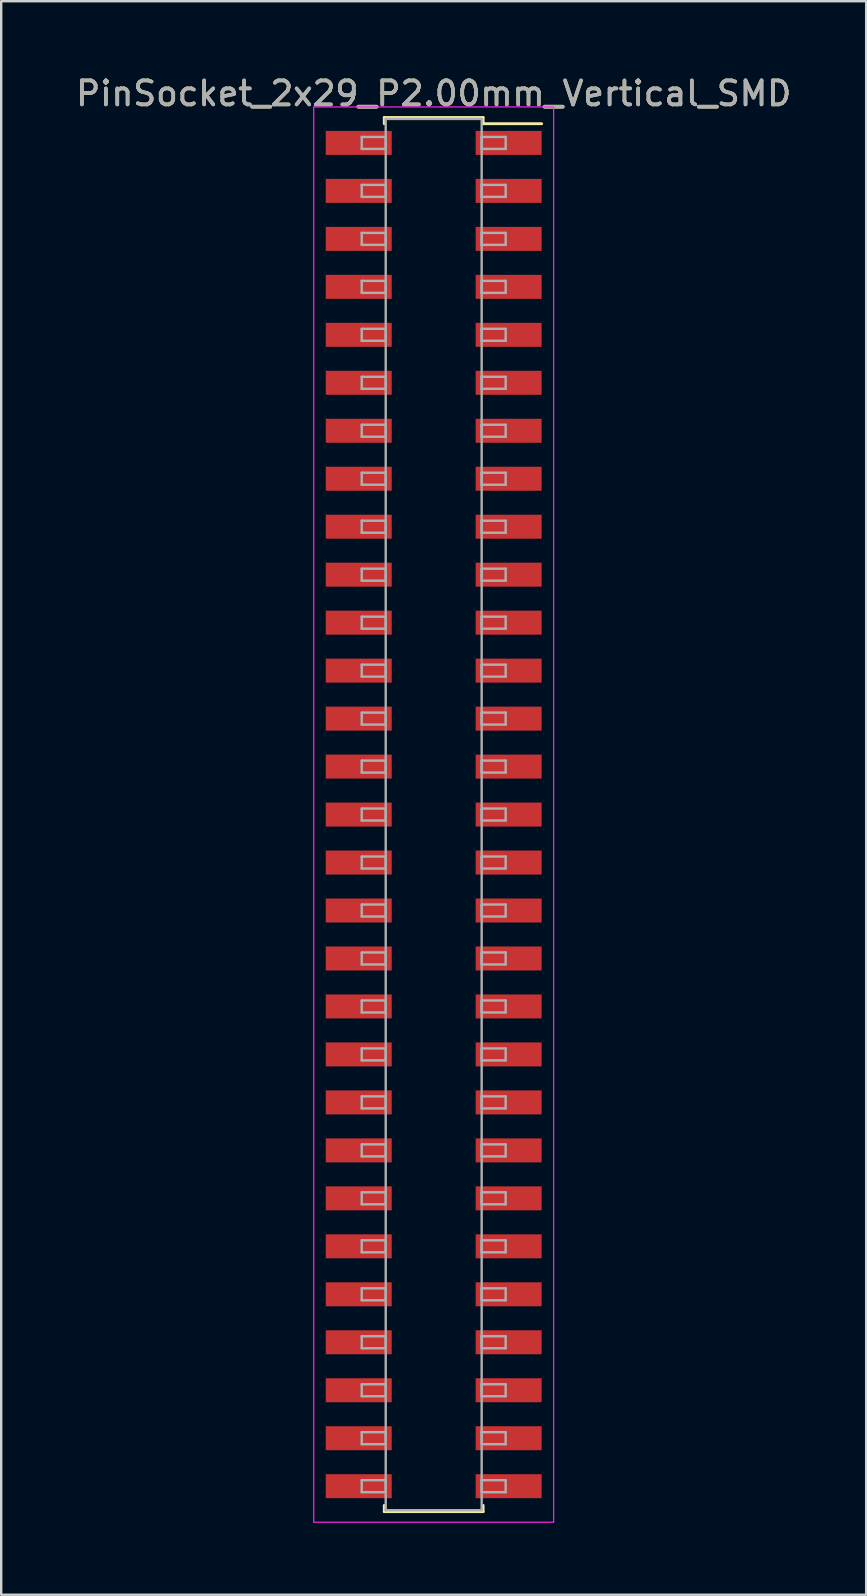
<source format=kicad_pcb>
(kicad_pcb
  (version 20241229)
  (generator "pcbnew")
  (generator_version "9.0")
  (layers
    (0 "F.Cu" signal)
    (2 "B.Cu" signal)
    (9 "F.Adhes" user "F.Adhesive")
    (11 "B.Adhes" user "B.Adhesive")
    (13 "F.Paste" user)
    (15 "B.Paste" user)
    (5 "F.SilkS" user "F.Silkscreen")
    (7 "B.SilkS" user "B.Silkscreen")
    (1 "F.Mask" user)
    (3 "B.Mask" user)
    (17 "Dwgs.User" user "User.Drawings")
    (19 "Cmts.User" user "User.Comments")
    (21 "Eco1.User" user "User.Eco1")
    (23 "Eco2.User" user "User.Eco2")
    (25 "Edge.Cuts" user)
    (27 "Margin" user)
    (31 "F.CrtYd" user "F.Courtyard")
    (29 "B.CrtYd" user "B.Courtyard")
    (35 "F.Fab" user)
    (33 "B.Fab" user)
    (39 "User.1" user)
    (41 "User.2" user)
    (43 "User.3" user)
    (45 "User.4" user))
  (footprint "PinSocket_2x29_P2.00mm_Vertical_SMD"
    (layer "F.Cu")
    (at 15.03 30.908)
    (property "Reference" "PinSocket_2x29_P2.00mm_Vertical_SMD" (at 0 -30.06 0) (layer "F.SilkS") (effects (font (size 1 1) (thickness 0.15))))
    (attr smd)
    (fp_line (start -2.06 -29.06) (end 2.06 -29.06) (stroke (width 0.12) (type solid)) (layer "F.SilkS"))
    (fp_line (start -2.06 -28.8) (end -2.06 -29.06) (stroke (width 0.12) (type solid)) (layer "F.SilkS"))
    (fp_line (start -2.06 28.8) (end -2.06 29.06) (stroke (width 0.12) (type solid)) (layer "F.SilkS"))
    (fp_line (start -2.06 29.06) (end 2.06 29.06) (stroke (width 0.12) (type solid)) (layer "F.SilkS"))
    (fp_line (start 2.06 -29.06) (end 2.06 -28.8) (stroke (width 0.12) (type solid)) (layer "F.SilkS"))
    (fp_line (start 2.06 29.06) (end 2.06 28.8) (stroke (width 0.12) (type solid)) (layer "F.SilkS"))
    (fp_line (start 4.5 -28.8) (end 2.06 -28.8) (stroke (width 0.12) (type solid)) (layer "F.SilkS"))
    (fp_line (start -5 -29.5) (end -5 29.5) (stroke (width 0.05) (type solid)) (layer "F.CrtYd"))
    (fp_line (start -5 29.5) (end 5 29.5) (stroke (width 0.05) (type solid)) (layer "F.CrtYd"))
    (fp_line (start 5 -29.5) (end -5 -29.5) (stroke (width 0.05) (type solid)) (layer "F.CrtYd"))
    (fp_line (start 5 29.5) (end 5 -29.5) (stroke (width 0.05) (type solid)) (layer "F.CrtYd"))
    (fp_line (start -3 -28.25) (end -2 -28.25) (stroke (width 0.1) (type solid)) (layer "F.Fab"))
    (fp_line (start -3 -27.75) (end -3 -28.25) (stroke (width 0.1) (type solid)) (layer "F.Fab"))
    (fp_line (start -3 -26.25) (end -2 -26.25) (stroke (width 0.1) (type solid)) (layer "F.Fab"))
    (fp_line (start -3 -25.75) (end -3 -26.25) (stroke (width 0.1) (type solid)) (layer "F.Fab"))
    (fp_line (start -3 -24.25) (end -2 -24.25) (stroke (width 0.1) (type solid)) (layer "F.Fab"))
    (fp_line (start -3 -23.75) (end -3 -24.25) (stroke (width 0.1) (type solid)) (layer "F.Fab"))
    (fp_line (start -3 -22.25) (end -2 -22.25) (stroke (width 0.1) (type solid)) (layer "F.Fab"))
    (fp_line (start -3 -21.75) (end -3 -22.25) (stroke (width 0.1) (type solid)) (layer "F.Fab"))
    (fp_line (start -3 -20.25) (end -2 -20.25) (stroke (width 0.1) (type solid)) (layer "F.Fab"))
    (fp_line (start -3 -19.75) (end -3 -20.25) (stroke (width 0.1) (type solid)) (layer "F.Fab"))
    (fp_line (start -3 -18.25) (end -2 -18.25) (stroke (width 0.1) (type solid)) (layer "F.Fab"))
    (fp_line (start -3 -17.75) (end -3 -18.25) (stroke (width 0.1) (type solid)) (layer "F.Fab"))
    (fp_line (start -3 -16.25) (end -2 -16.25) (stroke (width 0.1) (type solid)) (layer "F.Fab"))
    (fp_line (start -3 -15.75) (end -3 -16.25) (stroke (width 0.1) (type solid)) (layer "F.Fab"))
    (fp_line (start -3 -14.25) (end -2 -14.25) (stroke (width 0.1) (type solid)) (layer "F.Fab"))
    (fp_line (start -3 -13.75) (end -3 -14.25) (stroke (width 0.1) (type solid)) (layer "F.Fab"))
    (fp_line (start -3 -12.25) (end -2 -12.25) (stroke (width 0.1) (type solid)) (layer "F.Fab"))
    (fp_line (start -3 -11.75) (end -3 -12.25) (stroke (width 0.1) (type solid)) (layer "F.Fab"))
    (fp_line (start -3 -10.25) (end -2 -10.25) (stroke (width 0.1) (type solid)) (layer "F.Fab"))
    (fp_line (start -3 -9.75) (end -3 -10.25) (stroke (width 0.1) (type solid)) (layer "F.Fab"))
    (fp_line (start -3 -8.25) (end -2 -8.25) (stroke (width 0.1) (type solid)) (layer "F.Fab"))
    (fp_line (start -3 -7.75) (end -3 -8.25) (stroke (width 0.1) (type solid)) (layer "F.Fab"))
    (fp_line (start -3 -6.25) (end -2 -6.25) (stroke (width 0.1) (type solid)) (layer "F.Fab"))
    (fp_line (start -3 -5.75) (end -3 -6.25) (stroke (width 0.1) (type solid)) (layer "F.Fab"))
    (fp_line (start -3 -4.25) (end -2 -4.25) (stroke (width 0.1) (type solid)) (layer "F.Fab"))
    (fp_line (start -3 -3.75) (end -3 -4.25) (stroke (width 0.1) (type solid)) (layer "F.Fab"))
    (fp_line (start -3 -2.25) (end -2 -2.25) (stroke (width 0.1) (type solid)) (layer "F.Fab"))
    (fp_line (start -3 -1.75) (end -3 -2.25) (stroke (width 0.1) (type solid)) (layer "F.Fab"))
    (fp_line (start -3 -0.25) (end -2 -0.25) (stroke (width 0.1) (type solid)) (layer "F.Fab"))
    (fp_line (start -3 0.25) (end -3 -0.25) (stroke (width 0.1) (type solid)) (layer "F.Fab"))
    (fp_line (start -3 1.75) (end -2 1.75) (stroke (width 0.1) (type solid)) (layer "F.Fab"))
    (fp_line (start -3 2.25) (end -3 1.75) (stroke (width 0.1) (type solid)) (layer "F.Fab"))
    (fp_line (start -3 3.75) (end -2 3.75) (stroke (width 0.1) (type solid)) (layer "F.Fab"))
    (fp_line (start -3 4.25) (end -3 3.75) (stroke (width 0.1) (type solid)) (layer "F.Fab"))
    (fp_line (start -3 5.75) (end -2 5.75) (stroke (width 0.1) (type solid)) (layer "F.Fab"))
    (fp_line (start -3 6.25) (end -3 5.75) (stroke (width 0.1) (type solid)) (layer "F.Fab"))
    (fp_line (start -3 7.75) (end -2 7.75) (stroke (width 0.1) (type solid)) (layer "F.Fab"))
    (fp_line (start -3 8.25) (end -3 7.75) (stroke (width 0.1) (type solid)) (layer "F.Fab"))
    (fp_line (start -3 9.75) (end -2 9.75) (stroke (width 0.1) (type solid)) (layer "F.Fab"))
    (fp_line (start -3 10.25) (end -3 9.75) (stroke (width 0.1) (type solid)) (layer "F.Fab"))
    (fp_line (start -3 11.75) (end -2 11.75) (stroke (width 0.1) (type solid)) (layer "F.Fab"))
    (fp_line (start -3 12.25) (end -3 11.75) (stroke (width 0.1) (type solid)) (layer "F.Fab"))
    (fp_line (start -3 13.75) (end -2 13.75) (stroke (width 0.1) (type solid)) (layer "F.Fab"))
    (fp_line (start -3 14.25) (end -3 13.75) (stroke (width 0.1) (type solid)) (layer "F.Fab"))
    (fp_line (start -3 15.75) (end -2 15.75) (stroke (width 0.1) (type solid)) (layer "F.Fab"))
    (fp_line (start -3 16.25) (end -3 15.75) (stroke (width 0.1) (type solid)) (layer "F.Fab"))
    (fp_line (start -3 17.75) (end -2 17.75) (stroke (width 0.1) (type solid)) (layer "F.Fab"))
    (fp_line (start -3 18.25) (end -3 17.75) (stroke (width 0.1) (type solid)) (layer "F.Fab"))
    (fp_line (start -3 19.75) (end -2 19.75) (stroke (width 0.1) (type solid)) (layer "F.Fab"))
    (fp_line (start -3 20.25) (end -3 19.75) (stroke (width 0.1) (type solid)) (layer "F.Fab"))
    (fp_line (start -3 21.75) (end -2 21.75) (stroke (width 0.1) (type solid)) (layer "F.Fab"))
    (fp_line (start -3 22.25) (end -3 21.75) (stroke (width 0.1) (type solid)) (layer "F.Fab"))
    (fp_line (start -3 23.75) (end -2 23.75) (stroke (width 0.1) (type solid)) (layer "F.Fab"))
    (fp_line (start -3 24.25) (end -3 23.75) (stroke (width 0.1) (type solid)) (layer "F.Fab"))
    (fp_line (start -3 25.75) (end -2 25.75) (stroke (width 0.1) (type solid)) (layer "F.Fab"))
    (fp_line (start -3 26.25) (end -3 25.75) (stroke (width 0.1) (type solid)) (layer "F.Fab"))
    (fp_line (start -3 27.75) (end -2 27.75) (stroke (width 0.1) (type solid)) (layer "F.Fab"))
    (fp_line (start -3 28.25) (end -3 27.75) (stroke (width 0.1) (type solid)) (layer "F.Fab"))
    (fp_line (start -2 -29) (end -2 29) (stroke (width 0.1) (type solid)) (layer "F.Fab"))
    (fp_line (start -2 -28.25) (end -2 -27.75) (stroke (width 0.1) (type solid)) (layer "F.Fab"))
    (fp_line (start -2 -27.75) (end -3 -27.75) (stroke (width 0.1) (type solid)) (layer "F.Fab"))
    (fp_line (start -2 -26.25) (end -2 -25.75) (stroke (width 0.1) (type solid)) (layer "F.Fab"))
    (fp_line (start -2 -25.75) (end -3 -25.75) (stroke (width 0.1) (type solid)) (layer "F.Fab"))
    (fp_line (start -2 -24.25) (end -2 -23.75) (stroke (width 0.1) (type solid)) (layer "F.Fab"))
    (fp_line (start -2 -23.75) (end -3 -23.75) (stroke (width 0.1) (type solid)) (layer "F.Fab"))
    (fp_line (start -2 -22.25) (end -2 -21.75) (stroke (width 0.1) (type solid)) (layer "F.Fab"))
    (fp_line (start -2 -21.75) (end -3 -21.75) (stroke (width 0.1) (type solid)) (layer "F.Fab"))
    (fp_line (start -2 -20.25) (end -2 -19.75) (stroke (width 0.1) (type solid)) (layer "F.Fab"))
    (fp_line (start -2 -19.75) (end -3 -19.75) (stroke (width 0.1) (type solid)) (layer "F.Fab"))
    (fp_line (start -2 -18.25) (end -2 -17.75) (stroke (width 0.1) (type solid)) (layer "F.Fab"))
    (fp_line (start -2 -17.75) (end -3 -17.75) (stroke (width 0.1) (type solid)) (layer "F.Fab"))
    (fp_line (start -2 -16.25) (end -2 -15.75) (stroke (width 0.1) (type solid)) (layer "F.Fab"))
    (fp_line (start -2 -15.75) (end -3 -15.75) (stroke (width 0.1) (type solid)) (layer "F.Fab"))
    (fp_line (start -2 -14.25) (end -2 -13.75) (stroke (width 0.1) (type solid)) (layer "F.Fab"))
    (fp_line (start -2 -13.75) (end -3 -13.75) (stroke (width 0.1) (type solid)) (layer "F.Fab"))
    (fp_line (start -2 -12.25) (end -2 -11.75) (stroke (width 0.1) (type solid)) (layer "F.Fab"))
    (fp_line (start -2 -11.75) (end -3 -11.75) (stroke (width 0.1) (type solid)) (layer "F.Fab"))
    (fp_line (start -2 -10.25) (end -2 -9.75) (stroke (width 0.1) (type solid)) (layer "F.Fab"))
    (fp_line (start -2 -9.75) (end -3 -9.75) (stroke (width 0.1) (type solid)) (layer "F.Fab"))
    (fp_line (start -2 -8.25) (end -2 -7.75) (stroke (width 0.1) (type solid)) (layer "F.Fab"))
    (fp_line (start -2 -7.75) (end -3 -7.75) (stroke (width 0.1) (type solid)) (layer "F.Fab"))
    (fp_line (start -2 -6.25) (end -2 -5.75) (stroke (width 0.1) (type solid)) (layer "F.Fab"))
    (fp_line (start -2 -5.75) (end -3 -5.75) (stroke (width 0.1) (type solid)) (layer "F.Fab"))
    (fp_line (start -2 -4.25) (end -2 -3.75) (stroke (width 0.1) (type solid)) (layer "F.Fab"))
    (fp_line (start -2 -3.75) (end -3 -3.75) (stroke (width 0.1) (type solid)) (layer "F.Fab"))
    (fp_line (start -2 -2.25) (end -2 -1.75) (stroke (width 0.1) (type solid)) (layer "F.Fab"))
    (fp_line (start -2 -1.75) (end -3 -1.75) (stroke (width 0.1) (type solid)) (layer "F.Fab"))
    (fp_line (start -2 -0.25) (end -2 0.25) (stroke (width 0.1) (type solid)) (layer "F.Fab"))
    (fp_line (start -2 0.25) (end -3 0.25) (stroke (width 0.1) (type solid)) (layer "F.Fab"))
    (fp_line (start -2 1.75) (end -2 2.25) (stroke (width 0.1) (type solid)) (layer "F.Fab"))
    (fp_line (start -2 2.25) (end -3 2.25) (stroke (width 0.1) (type solid)) (layer "F.Fab"))
    (fp_line (start -2 3.75) (end -2 4.25) (stroke (width 0.1) (type solid)) (layer "F.Fab"))
    (fp_line (start -2 4.25) (end -3 4.25) (stroke (width 0.1) (type solid)) (layer "F.Fab"))
    (fp_line (start -2 5.75) (end -2 6.25) (stroke (width 0.1) (type solid)) (layer "F.Fab"))
    (fp_line (start -2 6.25) (end -3 6.25) (stroke (width 0.1) (type solid)) (layer "F.Fab"))
    (fp_line (start -2 7.75) (end -2 8.25) (stroke (width 0.1) (type solid)) (layer "F.Fab"))
    (fp_line (start -2 8.25) (end -3 8.25) (stroke (width 0.1) (type solid)) (layer "F.Fab"))
    (fp_line (start -2 9.75) (end -2 10.25) (stroke (width 0.1) (type solid)) (layer "F.Fab"))
    (fp_line (start -2 10.25) (end -3 10.25) (stroke (width 0.1) (type solid)) (layer "F.Fab"))
    (fp_line (start -2 11.75) (end -2 12.25) (stroke (width 0.1) (type solid)) (layer "F.Fab"))
    (fp_line (start -2 12.25) (end -3 12.25) (stroke (width 0.1) (type solid)) (layer "F.Fab"))
    (fp_line (start -2 13.75) (end -2 14.25) (stroke (width 0.1) (type solid)) (layer "F.Fab"))
    (fp_line (start -2 14.25) (end -3 14.25) (stroke (width 0.1) (type solid)) (layer "F.Fab"))
    (fp_line (start -2 15.75) (end -2 16.25) (stroke (width 0.1) (type solid)) (layer "F.Fab"))
    (fp_line (start -2 16.25) (end -3 16.25) (stroke (width 0.1) (type solid)) (layer "F.Fab"))
    (fp_line (start -2 17.75) (end -2 18.25) (stroke (width 0.1) (type solid)) (layer "F.Fab"))
    (fp_line (start -2 18.25) (end -3 18.25) (stroke (width 0.1) (type solid)) (layer "F.Fab"))
    (fp_line (start -2 19.75) (end -2 20.25) (stroke (width 0.1) (type solid)) (layer "F.Fab"))
    (fp_line (start -2 20.25) (end -3 20.25) (stroke (width 0.1) (type solid)) (layer "F.Fab"))
    (fp_line (start -2 21.75) (end -2 22.25) (stroke (width 0.1) (type solid)) (layer "F.Fab"))
    (fp_line (start -2 22.25) (end -3 22.25) (stroke (width 0.1) (type solid)) (layer "F.Fab"))
    (fp_line (start -2 23.75) (end -2 24.25) (stroke (width 0.1) (type solid)) (layer "F.Fab"))
    (fp_line (start -2 24.25) (end -3 24.25) (stroke (width 0.1) (type solid)) (layer "F.Fab"))
    (fp_line (start -2 25.75) (end -2 26.25) (stroke (width 0.1) (type solid)) (layer "F.Fab"))
    (fp_line (start -2 26.25) (end -3 26.25) (stroke (width 0.1) (type solid)) (layer "F.Fab"))
    (fp_line (start -2 27.75) (end -2 28.25) (stroke (width 0.1) (type solid)) (layer "F.Fab"))
    (fp_line (start -2 28.25) (end -3 28.25) (stroke (width 0.1) (type solid)) (layer "F.Fab"))
    (fp_line (start -2 29) (end 2 29) (stroke (width 0.1) (type solid)) (layer "F.Fab"))
    (fp_line (start 2 -29) (end -2 -29) (stroke (width 0.1) (type solid)) (layer "F.Fab"))
    (fp_line (start 2 -28.25) (end 2 -27.75) (stroke (width 0.1) (type solid)) (layer "F.Fab"))
    (fp_line (start 2 -27.75) (end 3 -27.75) (stroke (width 0.1) (type solid)) (layer "F.Fab"))
    (fp_line (start 2 -26.25) (end 2 -25.75) (stroke (width 0.1) (type solid)) (layer "F.Fab"))
    (fp_line (start 2 -25.75) (end 3 -25.75) (stroke (width 0.1) (type solid)) (layer "F.Fab"))
    (fp_line (start 2 -24.25) (end 2 -23.75) (stroke (width 0.1) (type solid)) (layer "F.Fab"))
    (fp_line (start 2 -23.75) (end 3 -23.75) (stroke (width 0.1) (type solid)) (layer "F.Fab"))
    (fp_line (start 2 -22.25) (end 2 -21.75) (stroke (width 0.1) (type solid)) (layer "F.Fab"))
    (fp_line (start 2 -21.75) (end 3 -21.75) (stroke (width 0.1) (type solid)) (layer "F.Fab"))
    (fp_line (start 2 -20.25) (end 2 -19.75) (stroke (width 0.1) (type solid)) (layer "F.Fab"))
    (fp_line (start 2 -19.75) (end 3 -19.75) (stroke (width 0.1) (type solid)) (layer "F.Fab"))
    (fp_line (start 2 -18.25) (end 2 -17.75) (stroke (width 0.1) (type solid)) (layer "F.Fab"))
    (fp_line (start 2 -17.75) (end 3 -17.75) (stroke (width 0.1) (type solid)) (layer "F.Fab"))
    (fp_line (start 2 -16.25) (end 2 -15.75) (stroke (width 0.1) (type solid)) (layer "F.Fab"))
    (fp_line (start 2 -15.75) (end 3 -15.75) (stroke (width 0.1) (type solid)) (layer "F.Fab"))
    (fp_line (start 2 -14.25) (end 2 -13.75) (stroke (width 0.1) (type solid)) (layer "F.Fab"))
    (fp_line (start 2 -13.75) (end 3 -13.75) (stroke (width 0.1) (type solid)) (layer "F.Fab"))
    (fp_line (start 2 -12.25) (end 2 -11.75) (stroke (width 0.1) (type solid)) (layer "F.Fab"))
    (fp_line (start 2 -11.75) (end 3 -11.75) (stroke (width 0.1) (type solid)) (layer "F.Fab"))
    (fp_line (start 2 -10.25) (end 2 -9.75) (stroke (width 0.1) (type solid)) (layer "F.Fab"))
    (fp_line (start 2 -9.75) (end 3 -9.75) (stroke (width 0.1) (type solid)) (layer "F.Fab"))
    (fp_line (start 2 -8.25) (end 2 -7.75) (stroke (width 0.1) (type solid)) (layer "F.Fab"))
    (fp_line (start 2 -7.75) (end 3 -7.75) (stroke (width 0.1) (type solid)) (layer "F.Fab"))
    (fp_line (start 2 -6.25) (end 2 -5.75) (stroke (width 0.1) (type solid)) (layer "F.Fab"))
    (fp_line (start 2 -5.75) (end 3 -5.75) (stroke (width 0.1) (type solid)) (layer "F.Fab"))
    (fp_line (start 2 -4.25) (end 2 -3.75) (stroke (width 0.1) (type solid)) (layer "F.Fab"))
    (fp_line (start 2 -3.75) (end 3 -3.75) (stroke (width 0.1) (type solid)) (layer "F.Fab"))
    (fp_line (start 2 -2.25) (end 2 -1.75) (stroke (width 0.1) (type solid)) (layer "F.Fab"))
    (fp_line (start 2 -1.75) (end 3 -1.75) (stroke (width 0.1) (type solid)) (layer "F.Fab"))
    (fp_line (start 2 -0.25) (end 2 0.25) (stroke (width 0.1) (type solid)) (layer "F.Fab"))
    (fp_line (start 2 0.25) (end 3 0.25) (stroke (width 0.1) (type solid)) (layer "F.Fab"))
    (fp_line (start 2 1.75) (end 2 2.25) (stroke (width 0.1) (type solid)) (layer "F.Fab"))
    (fp_line (start 2 2.25) (end 3 2.25) (stroke (width 0.1) (type solid)) (layer "F.Fab"))
    (fp_line (start 2 3.75) (end 2 4.25) (stroke (width 0.1) (type solid)) (layer "F.Fab"))
    (fp_line (start 2 4.25) (end 3 4.25) (stroke (width 0.1) (type solid)) (layer "F.Fab"))
    (fp_line (start 2 5.75) (end 2 6.25) (stroke (width 0.1) (type solid)) (layer "F.Fab"))
    (fp_line (start 2 6.25) (end 3 6.25) (stroke (width 0.1) (type solid)) (layer "F.Fab"))
    (fp_line (start 2 7.75) (end 2 8.25) (stroke (width 0.1) (type solid)) (layer "F.Fab"))
    (fp_line (start 2 8.25) (end 3 8.25) (stroke (width 0.1) (type solid)) (layer "F.Fab"))
    (fp_line (start 2 9.75) (end 2 10.25) (stroke (width 0.1) (type solid)) (layer "F.Fab"))
    (fp_line (start 2 10.25) (end 3 10.25) (stroke (width 0.1) (type solid)) (layer "F.Fab"))
    (fp_line (start 2 11.75) (end 2 12.25) (stroke (width 0.1) (type solid)) (layer "F.Fab"))
    (fp_line (start 2 12.25) (end 3 12.25) (stroke (width 0.1) (type solid)) (layer "F.Fab"))
    (fp_line (start 2 13.75) (end 2 14.25) (stroke (width 0.1) (type solid)) (layer "F.Fab"))
    (fp_line (start 2 14.25) (end 3 14.25) (stroke (width 0.1) (type solid)) (layer "F.Fab"))
    (fp_line (start 2 15.75) (end 2 16.25) (stroke (width 0.1) (type solid)) (layer "F.Fab"))
    (fp_line (start 2 16.25) (end 3 16.25) (stroke (width 0.1) (type solid)) (layer "F.Fab"))
    (fp_line (start 2 17.75) (end 2 18.25) (stroke (width 0.1) (type solid)) (layer "F.Fab"))
    (fp_line (start 2 18.25) (end 3 18.25) (stroke (width 0.1) (type solid)) (layer "F.Fab"))
    (fp_line (start 2 19.75) (end 2 20.25) (stroke (width 0.1) (type solid)) (layer "F.Fab"))
    (fp_line (start 2 20.25) (end 3 20.25) (stroke (width 0.1) (type solid)) (layer "F.Fab"))
    (fp_line (start 2 21.75) (end 2 22.25) (stroke (width 0.1) (type solid)) (layer "F.Fab"))
    (fp_line (start 2 22.25) (end 3 22.25) (stroke (width 0.1) (type solid)) (layer "F.Fab"))
    (fp_line (start 2 23.75) (end 2 24.25) (stroke (width 0.1) (type solid)) (layer "F.Fab"))
    (fp_line (start 2 24.25) (end 3 24.25) (stroke (width 0.1) (type solid)) (layer "F.Fab"))
    (fp_line (start 2 25.75) (end 2 26.25) (stroke (width 0.1) (type solid)) (layer "F.Fab"))
    (fp_line (start 2 26.25) (end 3 26.25) (stroke (width 0.1) (type solid)) (layer "F.Fab"))
    (fp_line (start 2 27.75) (end 2 28.25) (stroke (width 0.1) (type solid)) (layer "F.Fab"))
    (fp_line (start 2 28.25) (end 3 28.25) (stroke (width 0.1) (type solid)) (layer "F.Fab"))
    (fp_line (start 2 29) (end 2 -29) (stroke (width 0.1) (type solid)) (layer "F.Fab"))
    (fp_line (start 3 -28.25) (end 2 -28.25) (stroke (width 0.1) (type solid)) (layer "F.Fab"))
    (fp_line (start 3 -27.75) (end 3 -28.25) (stroke (width 0.1) (type solid)) (layer "F.Fab"))
    (fp_line (start 3 -26.25) (end 2 -26.25) (stroke (width 0.1) (type solid)) (layer "F.Fab"))
    (fp_line (start 3 -25.75) (end 3 -26.25) (stroke (width 0.1) (type solid)) (layer "F.Fab"))
    (fp_line (start 3 -24.25) (end 2 -24.25) (stroke (width 0.1) (type solid)) (layer "F.Fab"))
    (fp_line (start 3 -23.75) (end 3 -24.25) (stroke (width 0.1) (type solid)) (layer "F.Fab"))
    (fp_line (start 3 -22.25) (end 2 -22.25) (stroke (width 0.1) (type solid)) (layer "F.Fab"))
    (fp_line (start 3 -21.75) (end 3 -22.25) (stroke (width 0.1) (type solid)) (layer "F.Fab"))
    (fp_line (start 3 -20.25) (end 2 -20.25) (stroke (width 0.1) (type solid)) (layer "F.Fab"))
    (fp_line (start 3 -19.75) (end 3 -20.25) (stroke (width 0.1) (type solid)) (layer "F.Fab"))
    (fp_line (start 3 -18.25) (end 2 -18.25) (stroke (width 0.1) (type solid)) (layer "F.Fab"))
    (fp_line (start 3 -17.75) (end 3 -18.25) (stroke (width 0.1) (type solid)) (layer "F.Fab"))
    (fp_line (start 3 -16.25) (end 2 -16.25) (stroke (width 0.1) (type solid)) (layer "F.Fab"))
    (fp_line (start 3 -15.75) (end 3 -16.25) (stroke (width 0.1) (type solid)) (layer "F.Fab"))
    (fp_line (start 3 -14.25) (end 2 -14.25) (stroke (width 0.1) (type solid)) (layer "F.Fab"))
    (fp_line (start 3 -13.75) (end 3 -14.25) (stroke (width 0.1) (type solid)) (layer "F.Fab"))
    (fp_line (start 3 -12.25) (end 2 -12.25) (stroke (width 0.1) (type solid)) (layer "F.Fab"))
    (fp_line (start 3 -11.75) (end 3 -12.25) (stroke (width 0.1) (type solid)) (layer "F.Fab"))
    (fp_line (start 3 -10.25) (end 2 -10.25) (stroke (width 0.1) (type solid)) (layer "F.Fab"))
    (fp_line (start 3 -9.75) (end 3 -10.25) (stroke (width 0.1) (type solid)) (layer "F.Fab"))
    (fp_line (start 3 -8.25) (end 2 -8.25) (stroke (width 0.1) (type solid)) (layer "F.Fab"))
    (fp_line (start 3 -7.75) (end 3 -8.25) (stroke (width 0.1) (type solid)) (layer "F.Fab"))
    (fp_line (start 3 -6.25) (end 2 -6.25) (stroke (width 0.1) (type solid)) (layer "F.Fab"))
    (fp_line (start 3 -5.75) (end 3 -6.25) (stroke (width 0.1) (type solid)) (layer "F.Fab"))
    (fp_line (start 3 -4.25) (end 2 -4.25) (stroke (width 0.1) (type solid)) (layer "F.Fab"))
    (fp_line (start 3 -3.75) (end 3 -4.25) (stroke (width 0.1) (type solid)) (layer "F.Fab"))
    (fp_line (start 3 -2.25) (end 2 -2.25) (stroke (width 0.1) (type solid)) (layer "F.Fab"))
    (fp_line (start 3 -1.75) (end 3 -2.25) (stroke (width 0.1) (type solid)) (layer "F.Fab"))
    (fp_line (start 3 -0.25) (end 2 -0.25) (stroke (width 0.1) (type solid)) (layer "F.Fab"))
    (fp_line (start 3 0.25) (end 3 -0.25) (stroke (width 0.1) (type solid)) (layer "F.Fab"))
    (fp_line (start 3 1.75) (end 2 1.75) (stroke (width 0.1) (type solid)) (layer "F.Fab"))
    (fp_line (start 3 2.25) (end 3 1.75) (stroke (width 0.1) (type solid)) (layer "F.Fab"))
    (fp_line (start 3 3.75) (end 2 3.75) (stroke (width 0.1) (type solid)) (layer "F.Fab"))
    (fp_line (start 3 4.25) (end 3 3.75) (stroke (width 0.1) (type solid)) (layer "F.Fab"))
    (fp_line (start 3 5.75) (end 2 5.75) (stroke (width 0.1) (type solid)) (layer "F.Fab"))
    (fp_line (start 3 6.25) (end 3 5.75) (stroke (width 0.1) (type solid)) (layer "F.Fab"))
    (fp_line (start 3 7.75) (end 2 7.75) (stroke (width 0.1) (type solid)) (layer "F.Fab"))
    (fp_line (start 3 8.25) (end 3 7.75) (stroke (width 0.1) (type solid)) (layer "F.Fab"))
    (fp_line (start 3 9.75) (end 2 9.75) (stroke (width 0.1) (type solid)) (layer "F.Fab"))
    (fp_line (start 3 10.25) (end 3 9.75) (stroke (width 0.1) (type solid)) (layer "F.Fab"))
    (fp_line (start 3 11.75) (end 2 11.75) (stroke (width 0.1) (type solid)) (layer "F.Fab"))
    (fp_line (start 3 12.25) (end 3 11.75) (stroke (width 0.1) (type solid)) (layer "F.Fab"))
    (fp_line (start 3 13.75) (end 2 13.75) (stroke (width 0.1) (type solid)) (layer "F.Fab"))
    (fp_line (start 3 14.25) (end 3 13.75) (stroke (width 0.1) (type solid)) (layer "F.Fab"))
    (fp_line (start 3 15.75) (end 2 15.75) (stroke (width 0.1) (type solid)) (layer "F.Fab"))
    (fp_line (start 3 16.25) (end 3 15.75) (stroke (width 0.1) (type solid)) (layer "F.Fab"))
    (fp_line (start 3 17.75) (end 2 17.75) (stroke (width 0.1) (type solid)) (layer "F.Fab"))
    (fp_line (start 3 18.25) (end 3 17.75) (stroke (width 0.1) (type solid)) (layer "F.Fab"))
    (fp_line (start 3 19.75) (end 2 19.75) (stroke (width 0.1) (type solid)) (layer "F.Fab"))
    (fp_line (start 3 20.25) (end 3 19.75) (stroke (width 0.1) (type solid)) (layer "F.Fab"))
    (fp_line (start 3 21.75) (end 2 21.75) (stroke (width 0.1) (type solid)) (layer "F.Fab"))
    (fp_line (start 3 22.25) (end 3 21.75) (stroke (width 0.1) (type solid)) (layer "F.Fab"))
    (fp_line (start 3 23.75) (end 2 23.75) (stroke (width 0.1) (type solid)) (layer "F.Fab"))
    (fp_line (start 3 24.25) (end 3 23.75) (stroke (width 0.1) (type solid)) (layer "F.Fab"))
    (fp_line (start 3 25.75) (end 2 25.75) (stroke (width 0.1) (type solid)) (layer "F.Fab"))
    (fp_line (start 3 26.25) (end 3 25.75) (stroke (width 0.1) (type solid)) (layer "F.Fab"))
    (fp_line (start 3 27.75) (end 2 27.75) (stroke (width 0.1) (type solid)) (layer "F.Fab"))
    (fp_line (start 3 28.25) (end 3 27.75) (stroke (width 0.1) (type solid)) (layer "F.Fab"))
    (fp_text user "${REFERENCE}" (at 0 -30.06 0) (layer "F.Fab") (effects (font (size 1 1) (thickness 0.15))))
    (pad "1" smd rect (at 3.125 -28) (size 2.75 1) (layers "F.Cu" "F.Mask" "F.Paste"))
    (pad "2" smd rect (at -3.125 -28) (size 2.75 1) (layers "F.Cu" "F.Mask" "F.Paste"))
    (pad "3" smd rect (at 3.125 -26) (size 2.75 1) (layers "F.Cu" "F.Mask" "F.Paste"))
    (pad "4" smd rect (at -3.125 -26) (size 2.75 1) (layers "F.Cu" "F.Mask" "F.Paste"))
    (pad "5" smd rect (at 3.125 -24) (size 2.75 1) (layers "F.Cu" "F.Mask" "F.Paste"))
    (pad "6" smd rect (at -3.125 -24) (size 2.75 1) (layers "F.Cu" "F.Mask" "F.Paste"))
    (pad "7" smd rect (at 3.125 -22) (size 2.75 1) (layers "F.Cu" "F.Mask" "F.Paste"))
    (pad "8" smd rect (at -3.125 -22) (size 2.75 1) (layers "F.Cu" "F.Mask" "F.Paste"))
    (pad "9" smd rect (at 3.125 -20) (size 2.75 1) (layers "F.Cu" "F.Mask" "F.Paste"))
    (pad "10" smd rect (at -3.125 -20) (size 2.75 1) (layers "F.Cu" "F.Mask" "F.Paste"))
    (pad "11" smd rect (at 3.125 -18) (size 2.75 1) (layers "F.Cu" "F.Mask" "F.Paste"))
    (pad "12" smd rect (at -3.125 -18) (size 2.75 1) (layers "F.Cu" "F.Mask" "F.Paste"))
    (pad "13" smd rect (at 3.125 -16) (size 2.75 1) (layers "F.Cu" "F.Mask" "F.Paste"))
    (pad "14" smd rect (at -3.125 -16) (size 2.75 1) (layers "F.Cu" "F.Mask" "F.Paste"))
    (pad "15" smd rect (at 3.125 -14) (size 2.75 1) (layers "F.Cu" "F.Mask" "F.Paste"))
    (pad "16" smd rect (at -3.125 -14) (size 2.75 1) (layers "F.Cu" "F.Mask" "F.Paste"))
    (pad "17" smd rect (at 3.125 -12) (size 2.75 1) (layers "F.Cu" "F.Mask" "F.Paste"))
    (pad "18" smd rect (at -3.125 -12) (size 2.75 1) (layers "F.Cu" "F.Mask" "F.Paste"))
    (pad "19" smd rect (at 3.125 -10) (size 2.75 1) (layers "F.Cu" "F.Mask" "F.Paste"))
    (pad "20" smd rect (at -3.125 -10) (size 2.75 1) (layers "F.Cu" "F.Mask" "F.Paste"))
    (pad "21" smd rect (at 3.125 -8) (size 2.75 1) (layers "F.Cu" "F.Mask" "F.Paste"))
    (pad "22" smd rect (at -3.125 -8) (size 2.75 1) (layers "F.Cu" "F.Mask" "F.Paste"))
    (pad "23" smd rect (at 3.125 -6) (size 2.75 1) (layers "F.Cu" "F.Mask" "F.Paste"))
    (pad "24" smd rect (at -3.125 -6) (size 2.75 1) (layers "F.Cu" "F.Mask" "F.Paste"))
    (pad "25" smd rect (at 3.125 -4) (size 2.75 1) (layers "F.Cu" "F.Mask" "F.Paste"))
    (pad "26" smd rect (at -3.125 -4) (size 2.75 1) (layers "F.Cu" "F.Mask" "F.Paste"))
    (pad "27" smd rect (at 3.125 -2) (size 2.75 1) (layers "F.Cu" "F.Mask" "F.Paste"))
    (pad "28" smd rect (at -3.125 -2) (size 2.75 1) (layers "F.Cu" "F.Mask" "F.Paste"))
    (pad "29" smd rect (at 3.125 0) (size 2.75 1) (layers "F.Cu" "F.Mask" "F.Paste"))
    (pad "30" smd rect (at -3.125 0) (size 2.75 1) (layers "F.Cu" "F.Mask" "F.Paste"))
    (pad "31" smd rect (at 3.125 2) (size 2.75 1) (layers "F.Cu" "F.Mask" "F.Paste"))
    (pad "32" smd rect (at -3.125 2) (size 2.75 1) (layers "F.Cu" "F.Mask" "F.Paste"))
    (pad "33" smd rect (at 3.125 4) (size 2.75 1) (layers "F.Cu" "F.Mask" "F.Paste"))
    (pad "34" smd rect (at -3.125 4) (size 2.75 1) (layers "F.Cu" "F.Mask" "F.Paste"))
    (pad "35" smd rect (at 3.125 6) (size 2.75 1) (layers "F.Cu" "F.Mask" "F.Paste"))
    (pad "36" smd rect (at -3.125 6) (size 2.75 1) (layers "F.Cu" "F.Mask" "F.Paste"))
    (pad "37" smd rect (at 3.125 8) (size 2.75 1) (layers "F.Cu" "F.Mask" "F.Paste"))
    (pad "38" smd rect (at -3.125 8) (size 2.75 1) (layers "F.Cu" "F.Mask" "F.Paste"))
    (pad "39" smd rect (at 3.125 10) (size 2.75 1) (layers "F.Cu" "F.Mask" "F.Paste"))
    (pad "40" smd rect (at -3.125 10) (size 2.75 1) (layers "F.Cu" "F.Mask" "F.Paste"))
    (pad "41" smd rect (at 3.125 12) (size 2.75 1) (layers "F.Cu" "F.Mask" "F.Paste"))
    (pad "42" smd rect (at -3.125 12) (size 2.75 1) (layers "F.Cu" "F.Mask" "F.Paste"))
    (pad "43" smd rect (at 3.125 14) (size 2.75 1) (layers "F.Cu" "F.Mask" "F.Paste"))
    (pad "44" smd rect (at -3.125 14) (size 2.75 1) (layers "F.Cu" "F.Mask" "F.Paste"))
    (pad "45" smd rect (at 3.125 16) (size 2.75 1) (layers "F.Cu" "F.Mask" "F.Paste"))
    (pad "46" smd rect (at -3.125 16) (size 2.75 1) (layers "F.Cu" "F.Mask" "F.Paste"))
    (pad "47" smd rect (at 3.125 18) (size 2.75 1) (layers "F.Cu" "F.Mask" "F.Paste"))
    (pad "48" smd rect (at -3.125 18) (size 2.75 1) (layers "F.Cu" "F.Mask" "F.Paste"))
    (pad "49" smd rect (at 3.125 20) (size 2.75 1) (layers "F.Cu" "F.Mask" "F.Paste"))
    (pad "50" smd rect (at -3.125 20) (size 2.75 1) (layers "F.Cu" "F.Mask" "F.Paste"))
    (pad "51" smd rect (at 3.125 22) (size 2.75 1) (layers "F.Cu" "F.Mask" "F.Paste"))
    (pad "52" smd rect (at -3.125 22) (size 2.75 1) (layers "F.Cu" "F.Mask" "F.Paste"))
    (pad "53" smd rect (at 3.125 24) (size 2.75 1) (layers "F.Cu" "F.Mask" "F.Paste"))
    (pad "54" smd rect (at -3.125 24) (size 2.75 1) (layers "F.Cu" "F.Mask" "F.Paste"))
    (pad "55" smd rect (at 3.125 26) (size 2.75 1) (layers "F.Cu" "F.Mask" "F.Paste"))
    (pad "56" smd rect (at -3.125 26) (size 2.75 1) (layers "F.Cu" "F.Mask" "F.Paste"))
    (pad "57" smd rect (at 3.125 28) (size 2.75 1) (layers "F.Cu" "F.Mask" "F.Paste"))
    (pad "58" smd rect (at -3.125 28) (size 2.75 1) (layers "F.Cu" "F.Mask" "F.Paste")))
  (gr_rect
    (start -3 -3)
    (end 33.06 63.433)
    (stroke (width 0.1) (type default))
    (fill no)
    (layer "Edge.Cuts")))
</source>
